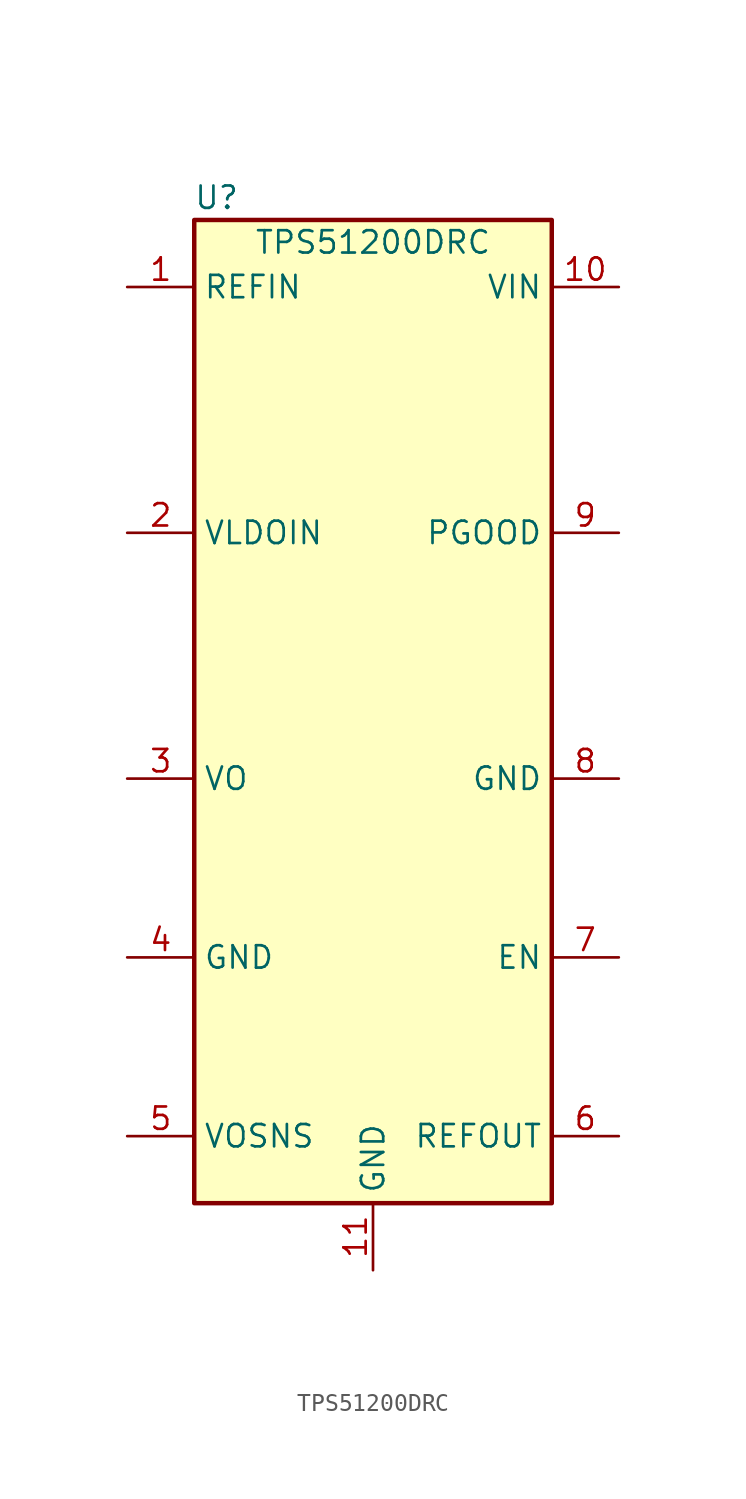
<source format=kicad_sym>
(kicad_symbol_lib
  (version 20211014)
  (generator kicad_symbol_editor)
  (symbol "TPS51200DRC"
    (property "Reference" "U"
      (at -8.89 19.05 0)
      (effects (font (size 1.27 1.27))))
    (property "Value" "TPS51200DRC"
      (at 0 16.51 0)
      (effects (font (size 1.27 1.27))))
    (symbol "TPS51200DRC_0_1"
      (rectangle (start -10.16 -38.1) (end 10.16 17.78) (stroke (width 0.254) (type default) (color 0 0 0 0)) (fill (type background)))
      (pin input line (at -13.97 13.97 0) (length 3.81) (name "REFIN" (effects (font (size 1.27 1.27)))) (number "1" (effects (font (size 1.27 1.27)))))
      (pin power_in line (at 13.97 13.97 180) (length 3.81) (name "VIN" (effects (font (size 1.27 1.27)))) (number "10" (effects (font (size 1.27 1.27)))))
      (pin input line (at 0 -41.91 90) (length 3.81) (name "GND" (effects (font (size 1.27 1.27)))) (number "11" (effects (font (size 1.27 1.27)))))
      (pin power_in line (at -13.97 0 0) (length 3.81) (name "VLDOIN" (effects (font (size 1.27 1.27)))) (number "2" (effects (font (size 1.27 1.27)))))
      (pin power_out line (at -13.97 -13.97 0) (length 3.81) (name "VO" (effects (font (size 1.27 1.27)))) (number "3" (effects (font (size 1.27 1.27)))))
      (pin input line (at -13.97 -24.13 0) (length 3.81) (name "GND" (effects (font (size 1.27 1.27)))) (number "4" (effects (font (size 1.27 1.27)))))
      (pin input line (at -13.97 -34.29 0) (length 3.81) (name "VOSNS" (effects (font (size 1.27 1.27)))) (number "5" (effects (font (size 1.27 1.27)))))
      (pin output line (at 13.97 -34.29 180) (length 3.81) (name "REFOUT" (effects (font (size 1.27 1.27)))) (number "6" (effects (font (size 1.27 1.27)))))
      (pin input line (at 13.97 -24.13 180) (length 3.81) (name "EN" (effects (font (size 1.27 1.27)))) (number "7" (effects (font (size 1.27 1.27)))))
      (pin power_in line (at 13.97 -13.97 180) (length 3.81) (name "GND" (effects (font (size 1.27 1.27)))) (number "8" (effects (font (size 1.27 1.27)))))
      (pin open_collector line (at 13.97 0 180) (length 3.81) (name "PGOOD" (effects (font (size 1.27 1.27)))) (number "9" (effects (font (size 1.27 1.27))))))))
</source>
